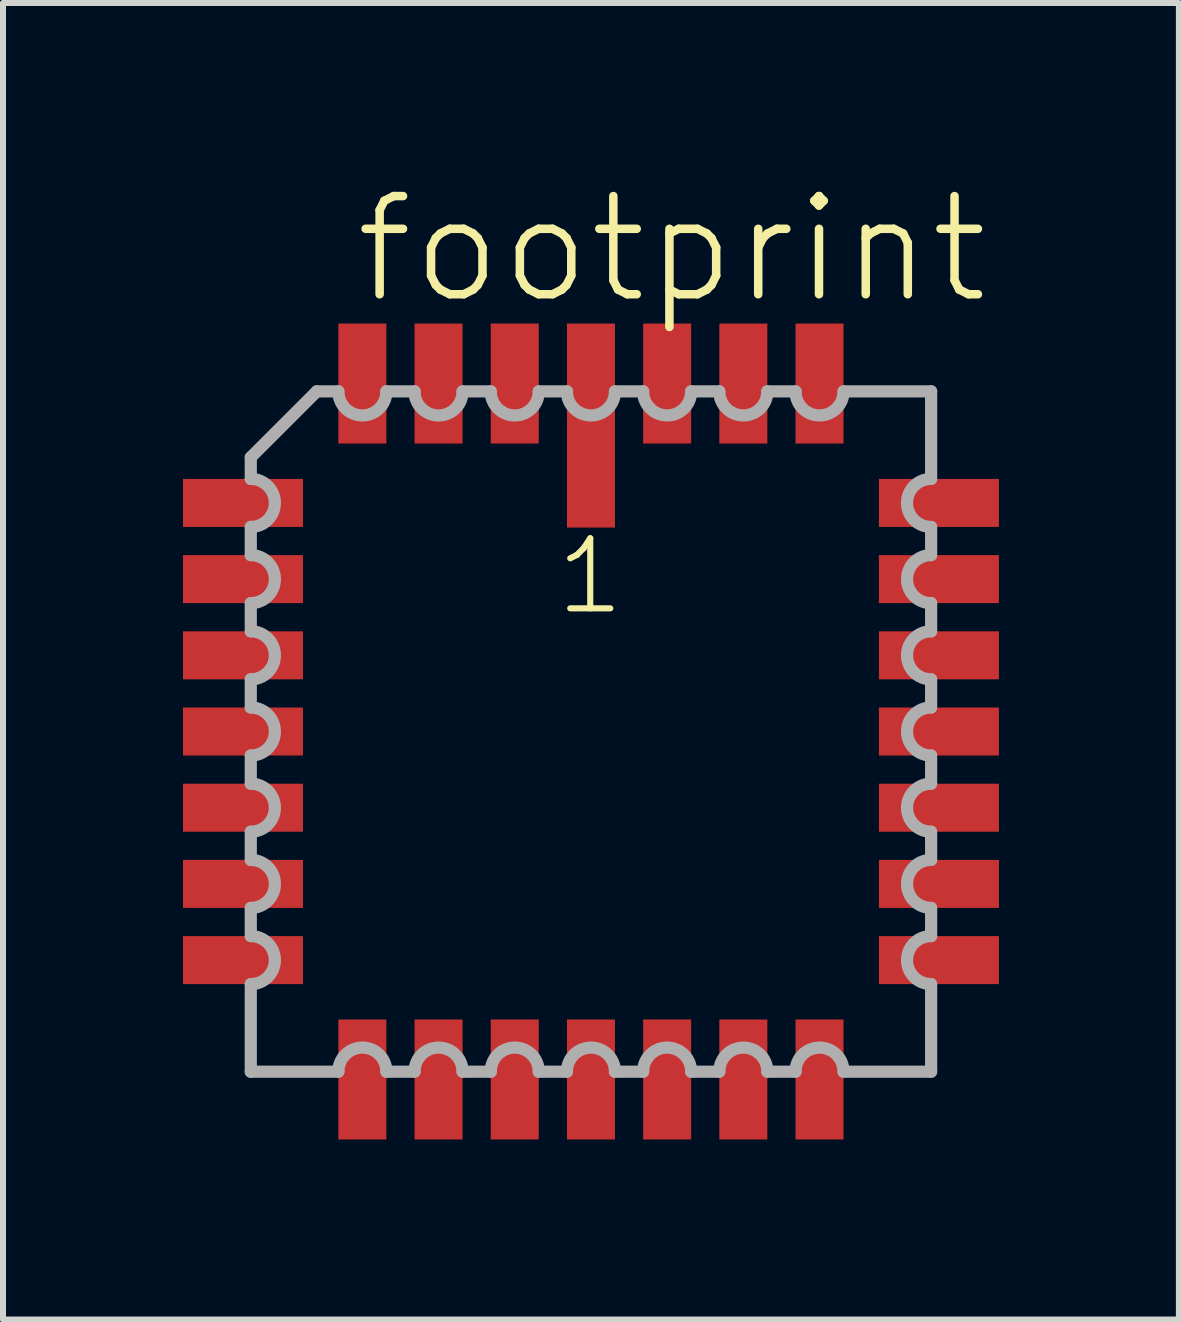
<source format=kicad_pcb>
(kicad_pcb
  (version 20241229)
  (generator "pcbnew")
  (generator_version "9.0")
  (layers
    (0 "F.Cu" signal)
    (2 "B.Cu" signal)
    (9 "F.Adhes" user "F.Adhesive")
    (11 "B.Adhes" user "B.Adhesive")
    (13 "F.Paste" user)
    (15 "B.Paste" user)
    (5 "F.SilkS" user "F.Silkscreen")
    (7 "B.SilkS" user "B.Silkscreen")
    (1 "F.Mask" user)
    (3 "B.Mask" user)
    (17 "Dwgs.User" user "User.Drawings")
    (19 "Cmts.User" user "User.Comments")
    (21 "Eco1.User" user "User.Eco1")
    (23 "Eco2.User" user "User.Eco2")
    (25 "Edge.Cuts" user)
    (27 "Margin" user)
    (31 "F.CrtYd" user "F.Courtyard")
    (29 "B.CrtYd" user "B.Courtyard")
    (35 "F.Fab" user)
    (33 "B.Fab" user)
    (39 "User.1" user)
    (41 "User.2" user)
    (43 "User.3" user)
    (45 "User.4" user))
  (footprint "footprint"
    (layer "F.Cu")
    (at 6.8 9.143)
    (property "Reference" "footprint" (at -4.005 -7.081 0) (layer "F.SilkS") (effects (font (size 1.636 1.636) (thickness 0.142)) (justify left bottom)))
    (fp_line (start -5.67 -4.57) (end -5.67 -4.21) (stroke (width 0.203) (type solid)) (layer "F.Fab"))
    (fp_line (start -5.67 -3.41) (end -5.67 -2.94) (stroke (width 0.203) (type solid)) (layer "F.Fab"))
    (fp_line (start -5.67 -2.14) (end -5.67 -1.67) (stroke (width 0.203) (type solid)) (layer "F.Fab"))
    (fp_line (start -5.67 -0.87) (end -5.67 -0.4) (stroke (width 0.203) (type solid)) (layer "F.Fab"))
    (fp_line (start -5.67 0.4) (end -5.67 0.87) (stroke (width 0.203) (type solid)) (layer "F.Fab"))
    (fp_line (start -5.67 1.67) (end -5.67 2.14) (stroke (width 0.203) (type solid)) (layer "F.Fab"))
    (fp_line (start -5.67 2.94) (end -5.67 3.41) (stroke (width 0.203) (type solid)) (layer "F.Fab"))
    (fp_line (start -5.67 4.21) (end -5.67 5.67) (stroke (width 0.203) (type solid)) (layer "F.Fab"))
    (fp_line (start -5.67 5.67) (end -4.21 5.67) (stroke (width 0.203) (type solid)) (layer "F.Fab"))
    (fp_line (start -4.57 -5.67) (end -5.67 -4.57) (stroke (width 0.203) (type solid)) (layer "F.Fab"))
    (fp_line (start -4.21 -5.67) (end -4.57 -5.67) (stroke (width 0.203) (type solid)) (layer "F.Fab"))
    (fp_line (start -3.41 5.67) (end -2.94 5.67) (stroke (width 0.203) (type solid)) (layer "F.Fab"))
    (fp_line (start -2.94 -5.67) (end -3.41 -5.67) (stroke (width 0.203) (type solid)) (layer "F.Fab"))
    (fp_line (start -2.14 5.67) (end -1.67 5.67) (stroke (width 0.203) (type solid)) (layer "F.Fab"))
    (fp_line (start -1.67 -5.67) (end -2.14 -5.67) (stroke (width 0.203) (type solid)) (layer "F.Fab"))
    (fp_line (start -0.87 5.67) (end -0.4 5.67) (stroke (width 0.203) (type solid)) (layer "F.Fab"))
    (fp_line (start -0.4 -5.67) (end -0.87 -5.67) (stroke (width 0.203) (type solid)) (layer "F.Fab"))
    (fp_line (start 0.4 5.67) (end 0.87 5.67) (stroke (width 0.203) (type solid)) (layer "F.Fab"))
    (fp_line (start 0.87 -5.67) (end 0.4 -5.67) (stroke (width 0.203) (type solid)) (layer "F.Fab"))
    (fp_line (start 1.67 5.67) (end 2.14 5.67) (stroke (width 0.203) (type solid)) (layer "F.Fab"))
    (fp_line (start 2.14 -5.67) (end 1.67 -5.67) (stroke (width 0.203) (type solid)) (layer "F.Fab"))
    (fp_line (start 2.94 5.67) (end 3.41 5.67) (stroke (width 0.203) (type solid)) (layer "F.Fab"))
    (fp_line (start 3.41 -5.67) (end 2.94 -5.67) (stroke (width 0.203) (type solid)) (layer "F.Fab"))
    (fp_line (start 4.21 5.67) (end 5.67 5.67) (stroke (width 0.203) (type solid)) (layer "F.Fab"))
    (fp_line (start 5.67 -5.67) (end 4.21 -5.67) (stroke (width 0.203) (type solid)) (layer "F.Fab"))
    (fp_line (start 5.67 -4.21) (end 5.67 -5.67) (stroke (width 0.203) (type solid)) (layer "F.Fab"))
    (fp_line (start 5.67 -2.94) (end 5.67 -3.41) (stroke (width 0.203) (type solid)) (layer "F.Fab"))
    (fp_line (start 5.67 -1.67) (end 5.67 -2.14) (stroke (width 0.203) (type solid)) (layer "F.Fab"))
    (fp_line (start 5.67 -0.4) (end 5.67 -0.87) (stroke (width 0.203) (type solid)) (layer "F.Fab"))
    (fp_line (start 5.67 0.87) (end 5.67 0.4) (stroke (width 0.203) (type solid)) (layer "F.Fab"))
    (fp_line (start 5.67 2.14) (end 5.67 1.67) (stroke (width 0.203) (type solid)) (layer "F.Fab"))
    (fp_line (start 5.67 3.41) (end 5.67 2.94) (stroke (width 0.203) (type solid)) (layer "F.Fab"))
    (fp_line (start 5.67 5.67) (end 5.67 4.21) (stroke (width 0.203) (type solid)) (layer "F.Fab"))
    (fp_arc (start -5.6685 -4.21) (mid -5.2685 -3.81) (end -5.6685 -3.41) (stroke (width 0.2032) (type solid)) (layer "F.Fab"))
    (fp_arc (start -5.6685 -2.94) (mid -5.2685 -2.54) (end -5.6685 -2.14) (stroke (width 0.2032) (type solid)) (layer "F.Fab"))
    (fp_arc (start -5.6685 -1.67) (mid -5.2685 -1.27) (end -5.6685 -0.87) (stroke (width 0.2032) (type solid)) (layer "F.Fab"))
    (fp_arc (start -5.6685 -0.4001) (mid -5.2684 0) (end -5.6685 0.4001) (stroke (width 0.2032) (type solid)) (layer "F.Fab"))
    (fp_arc (start -5.6685 0.8699) (mid -5.2684 1.27) (end -5.6685 1.6701) (stroke (width 0.2032) (type solid)) (layer "F.Fab"))
    (fp_arc (start -5.6685 2.1399) (mid -5.2684 2.54) (end -5.6685 2.9401) (stroke (width 0.2032) (type solid)) (layer "F.Fab"))
    (fp_arc (start -5.6685 3.4099) (mid -5.2684 3.81) (end -5.6685 4.2101) (stroke (width 0.2032) (type solid)) (layer "F.Fab"))
    (fp_arc (start -4.2101 5.6685) (mid -3.81 5.2684) (end -3.4099 5.6685) (stroke (width 0.2032) (type solid)) (layer "F.Fab"))
    (fp_arc (start -3.4099 -5.6685) (mid -3.81 -5.2684) (end -4.2101 -5.6685) (stroke (width 0.2032) (type solid)) (layer "F.Fab"))
    (fp_arc (start -2.9401 5.6685) (mid -2.54 5.2684) (end -2.1399 5.6685) (stroke (width 0.2032) (type solid)) (layer "F.Fab"))
    (fp_arc (start -2.1399 -5.6685) (mid -2.54 -5.2684) (end -2.9401 -5.6685) (stroke (width 0.2032) (type solid)) (layer "F.Fab"))
    (fp_arc (start -1.6701 5.6685) (mid -1.27 5.2684) (end -0.8699 5.6685) (stroke (width 0.2032) (type solid)) (layer "F.Fab"))
    (fp_arc (start -0.8699 -5.6685) (mid -1.27 -5.2684) (end -1.6701 -5.6685) (stroke (width 0.2032) (type solid)) (layer "F.Fab"))
    (fp_arc (start -0.4001 5.6685) (mid 0 5.2684) (end 0.4001 5.6685) (stroke (width 0.2032) (type solid)) (layer "F.Fab"))
    (fp_arc (start 0.4001 -5.6685) (mid 0 -5.2684) (end -0.4001 -5.6685) (stroke (width 0.2032) (type solid)) (layer "F.Fab"))
    (fp_arc (start 0.87 5.6685) (mid 1.27 5.2685) (end 1.67 5.6685) (stroke (width 0.2032) (type solid)) (layer "F.Fab"))
    (fp_arc (start 1.67 -5.6685) (mid 1.27 -5.2685) (end 0.87 -5.6685) (stroke (width 0.2032) (type solid)) (layer "F.Fab"))
    (fp_arc (start 2.14 5.6685) (mid 2.54 5.2685) (end 2.94 5.6685) (stroke (width 0.2032) (type solid)) (layer "F.Fab"))
    (fp_arc (start 2.94 -5.6685) (mid 2.54 -5.2685) (end 2.14 -5.6685) (stroke (width 0.2032) (type solid)) (layer "F.Fab"))
    (fp_arc (start 3.41 5.6685) (mid 3.81 5.2685) (end 4.21 5.6685) (stroke (width 0.2032) (type solid)) (layer "F.Fab"))
    (fp_arc (start 4.21 -5.6685) (mid 3.81 -5.2685) (end 3.41 -5.6685) (stroke (width 0.2032) (type solid)) (layer "F.Fab"))
    (fp_arc (start 5.6685 -3.4099) (mid 5.2684 -3.81) (end 5.6685 -4.2101) (stroke (width 0.2032) (type solid)) (layer "F.Fab"))
    (fp_arc (start 5.6685 -2.1399) (mid 5.2684 -2.54) (end 5.6685 -2.9401) (stroke (width 0.2032) (type solid)) (layer "F.Fab"))
    (fp_arc (start 5.6685 -0.8699) (mid 5.2684 -1.27) (end 5.6685 -1.6701) (stroke (width 0.2032) (type solid)) (layer "F.Fab"))
    (fp_arc (start 5.6685 0.4001) (mid 5.2684 0) (end 5.6685 -0.4001) (stroke (width 0.2032) (type solid)) (layer "F.Fab"))
    (fp_arc (start 5.6685 1.67) (mid 5.2685 1.27) (end 5.6685 0.87) (stroke (width 0.2032) (type solid)) (layer "F.Fab"))
    (fp_arc (start 5.6685 2.94) (mid 5.2685 2.54) (end 5.6685 2.14) (stroke (width 0.2032) (type solid)) (layer "F.Fab"))
    (fp_arc (start 5.6685 4.21) (mid 5.2685 3.81) (end 5.6685 3.41) (stroke (width 0.2032) (type solid)) (layer "F.Fab"))
    (fp_text user "1" (at -0.635 -1.905 0) (layer "F.SilkS") (effects (font (size 1.168 1.168) (thickness 0.102)) (justify left bottom)))
    (pad "1" smd rect (at 0 -5.1) (size 0.8 3.4) (layers "F.Cu" "F.Mask" "F.Paste"))
    (pad "2" smd rect (at -1.27 -5.8) (size 0.8 2) (layers "F.Cu" "F.Mask" "F.Paste"))
    (pad "3" smd rect (at -2.54 -5.8) (size 0.8 2) (layers "F.Cu" "F.Mask" "F.Paste"))
    (pad "4" smd rect (at -3.81 -5.8) (size 0.8 2) (layers "F.Cu" "F.Mask" "F.Paste"))
    (pad "5" smd rect (at -5.8 -3.81) (size 2 0.8) (layers "F.Cu" "F.Mask" "F.Paste"))
    (pad "6" smd rect (at -5.8 -2.54) (size 2 0.8) (layers "F.Cu" "F.Mask" "F.Paste"))
    (pad "7" smd rect (at -5.8 -1.27) (size 2 0.8) (layers "F.Cu" "F.Mask" "F.Paste"))
    (pad "8" smd rect (at -5.8 0) (size 2 0.8) (layers "F.Cu" "F.Mask" "F.Paste"))
    (pad "9" smd rect (at -5.8 1.27) (size 2 0.8) (layers "F.Cu" "F.Mask" "F.Paste"))
    (pad "10" smd rect (at -5.8 2.54) (size 2 0.8) (layers "F.Cu" "F.Mask" "F.Paste"))
    (pad "11" smd rect (at -5.8 3.81) (size 2 0.8) (layers "F.Cu" "F.Mask" "F.Paste"))
    (pad "12" smd rect (at -3.81 5.8) (size 0.8 2) (layers "F.Cu" "F.Mask" "F.Paste"))
    (pad "13" smd rect (at -2.54 5.8) (size 0.8 2) (layers "F.Cu" "F.Mask" "F.Paste"))
    (pad "14" smd rect (at -1.27 5.8) (size 0.8 2) (layers "F.Cu" "F.Mask" "F.Paste"))
    (pad "15" smd rect (at 0 5.8) (size 0.8 2) (layers "F.Cu" "F.Mask" "F.Paste"))
    (pad "16" smd rect (at 1.27 5.8) (size 0.8 2) (layers "F.Cu" "F.Mask" "F.Paste"))
    (pad "17" smd rect (at 2.54 5.8) (size 0.8 2) (layers "F.Cu" "F.Mask" "F.Paste"))
    (pad "18" smd rect (at 3.81 5.8) (size 0.8 2) (layers "F.Cu" "F.Mask" "F.Paste"))
    (pad "19" smd rect (at 5.8 3.81) (size 2 0.8) (layers "F.Cu" "F.Mask" "F.Paste"))
    (pad "20" smd rect (at 5.8 2.54) (size 2 0.8) (layers "F.Cu" "F.Mask" "F.Paste"))
    (pad "21" smd rect (at 5.8 1.27) (size 2 0.8) (layers "F.Cu" "F.Mask" "F.Paste"))
    (pad "22" smd rect (at 5.8 0) (size 2 0.8) (layers "F.Cu" "F.Mask" "F.Paste"))
    (pad "23" smd rect (at 5.8 -1.27) (size 2 0.8) (layers "F.Cu" "F.Mask" "F.Paste"))
    (pad "24" smd rect (at 5.8 -2.54) (size 2 0.8) (layers "F.Cu" "F.Mask" "F.Paste"))
    (pad "25" smd rect (at 5.8 -3.81) (size 2 0.8) (layers "F.Cu" "F.Mask" "F.Paste"))
    (pad "26" smd rect (at 3.81 -5.8) (size 0.8 2) (layers "F.Cu" "F.Mask" "F.Paste"))
    (pad "27" smd rect (at 2.54 -5.8) (size 0.8 2) (layers "F.Cu" "F.Mask" "F.Paste"))
    (pad "28" smd rect (at 1.27 -5.8) (size 0.8 2) (layers "F.Cu" "F.Mask" "F.Paste")))
  (gr_rect
    (start -3 -3)
    (end 16.6 18.944)
    (stroke (width 0.1) (type default))
    (fill no)
    (layer "Edge.Cuts")))
</source>
